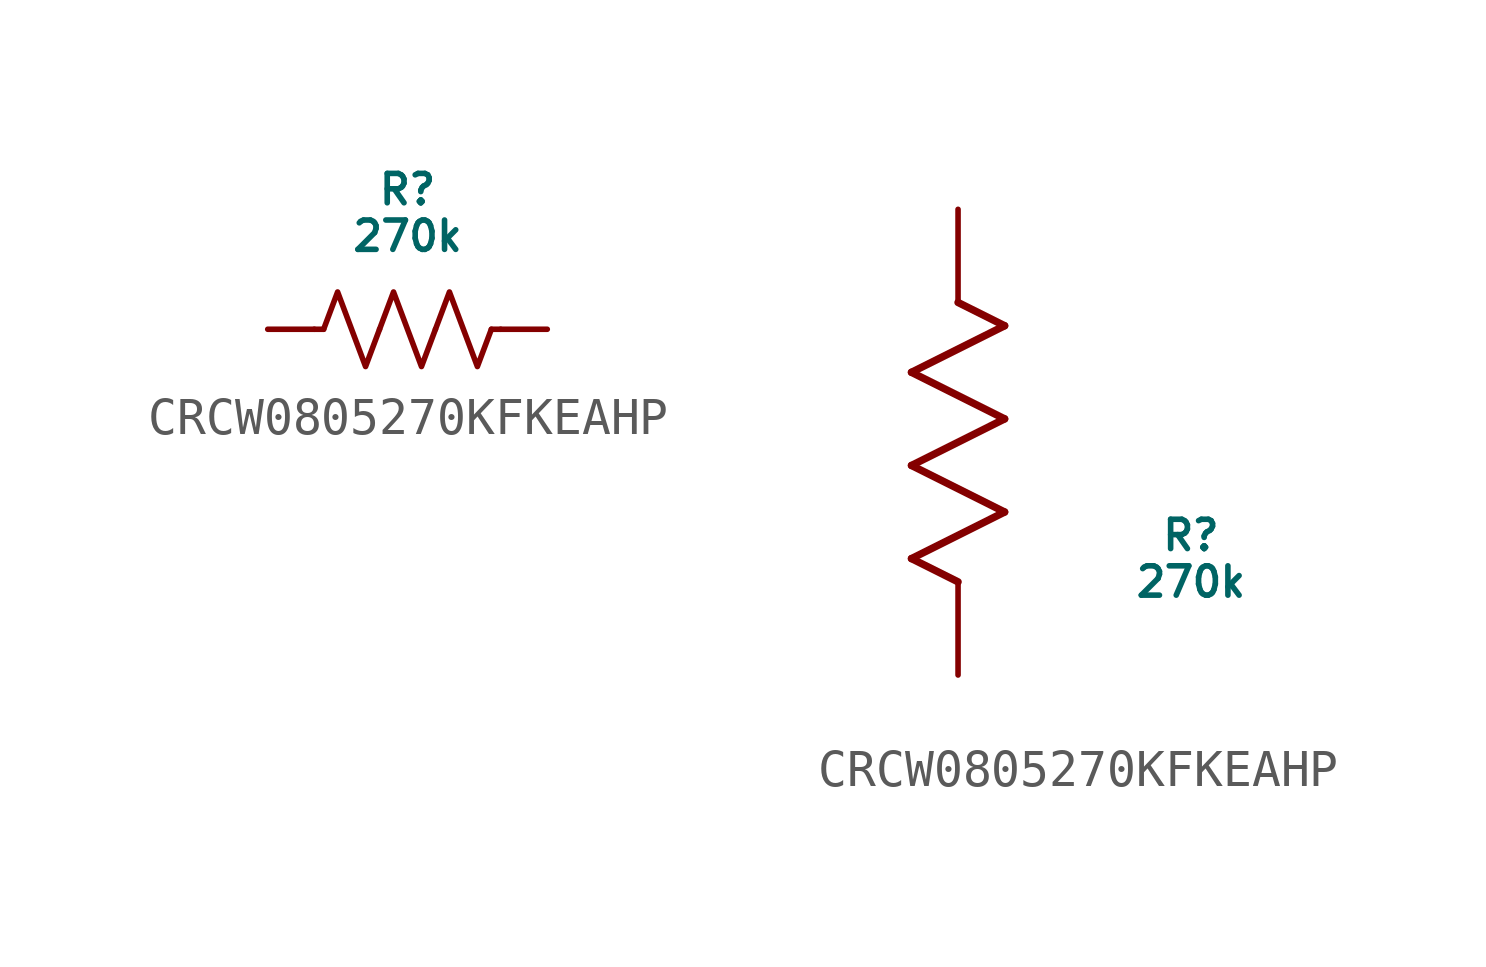
<source format=kicad_sym>
(kicad_symbol_lib
  (version 20220914)
  (generator kicad_symbol_editor)
  (symbol "CRCW0805270KFKEAHP"
    (pin_numbers hide)
    (pin_names
      (offset 0.254))
    (property "Reference" "R"
      (at 6.35 3.81 0)
      (do_not_autoplace)
      (effects (font (size 0.8 0.8))))
    (property "Value" "270k"
      (at 6.35 2.54 0)
      (do_not_autoplace)
      (effects (font (size 0.8 0.8))))
    (symbol "CRCW0805270KFKEAHP_0_1"
      (polyline (pts (xy 4.064 0) (xy 3.81 0)) (stroke (width 0) (type default)) (fill (type none)))
      (polyline (pts (xy 8.636 0) (xy 8.89 0)) (stroke (width 0) (type default)) (fill (type none)))
      (polyline (pts (xy 4.064 0) (xy 4.445 1.016) (xy 4.826 0) (xy 5.207 -1.016) (xy 5.588 0)) (stroke (width 0) (type default)) (fill (type none)))
      (polyline (pts (xy 5.588 0) (xy 5.969 1.016) (xy 6.35 0) (xy 6.731 -1.016) (xy 7.112 0)) (stroke (width 0) (type default)) (fill (type none)))
      (polyline (pts (xy 7.112 0) (xy 7.493 1.016) (xy 7.874 0) (xy 8.255 -1.016) (xy 8.636 0)) (stroke (width 0) (type default)) (fill (type none))))
    (symbol "CRCW0805270KFKEAHP_1_1"
      (pin passive line (at 2.54 0 0) (length 1.27) (name "" (effects (font (size 1.27 1.27)))) (number "1" (effects (font (size 1.27 1.27)))))
      (pin passive line (at 10.16 0 180) (length 1.27) (name "" (effects (font (size 1.27 1.27)))) (number "2" (effects (font (size 1.27 1.27))))))
    (symbol "CRCW0805270KFKEAHP_1_2"
      (polyline (pts (xy -1.27 3.175) (xy 1.27 4.445)) (stroke (width 0.203) (type default)) (fill (type none)))
      (polyline (pts (xy -1.27 5.715) (xy 1.27 6.985)) (stroke (width 0.203) (type default)) (fill (type none)))
      (polyline (pts (xy -1.27 8.255) (xy 1.27 9.525)) (stroke (width 0.203) (type default)) (fill (type none)))
      (polyline (pts (xy 0 2.54) (xy -1.27 3.175)) (stroke (width 0.203) (type default)) (fill (type none)))
      (polyline (pts (xy 1.27 4.445) (xy -1.27 5.715)) (stroke (width 0.203) (type default)) (fill (type none)))
      (polyline (pts (xy 1.27 6.985) (xy -1.27 8.255)) (stroke (width 0.203) (type default)) (fill (type none)))
      (polyline (pts (xy 1.27 9.525) (xy 0 10.16)) (stroke (width 0.203) (type default)) (fill (type none)))
      (pin unspecified line (at 0 12.7 270) (length 2.54) (name "" (effects (font (size 1.27 1.27)))) (number "1" (effects (font (size 1.27 1.27)))))
      (pin unspecified line (at 0 0 90) (length 2.54) (name "" (effects (font (size 1.27 1.27)))) (number "2" (effects (font (size 1.27 1.27))))))))
</source>
